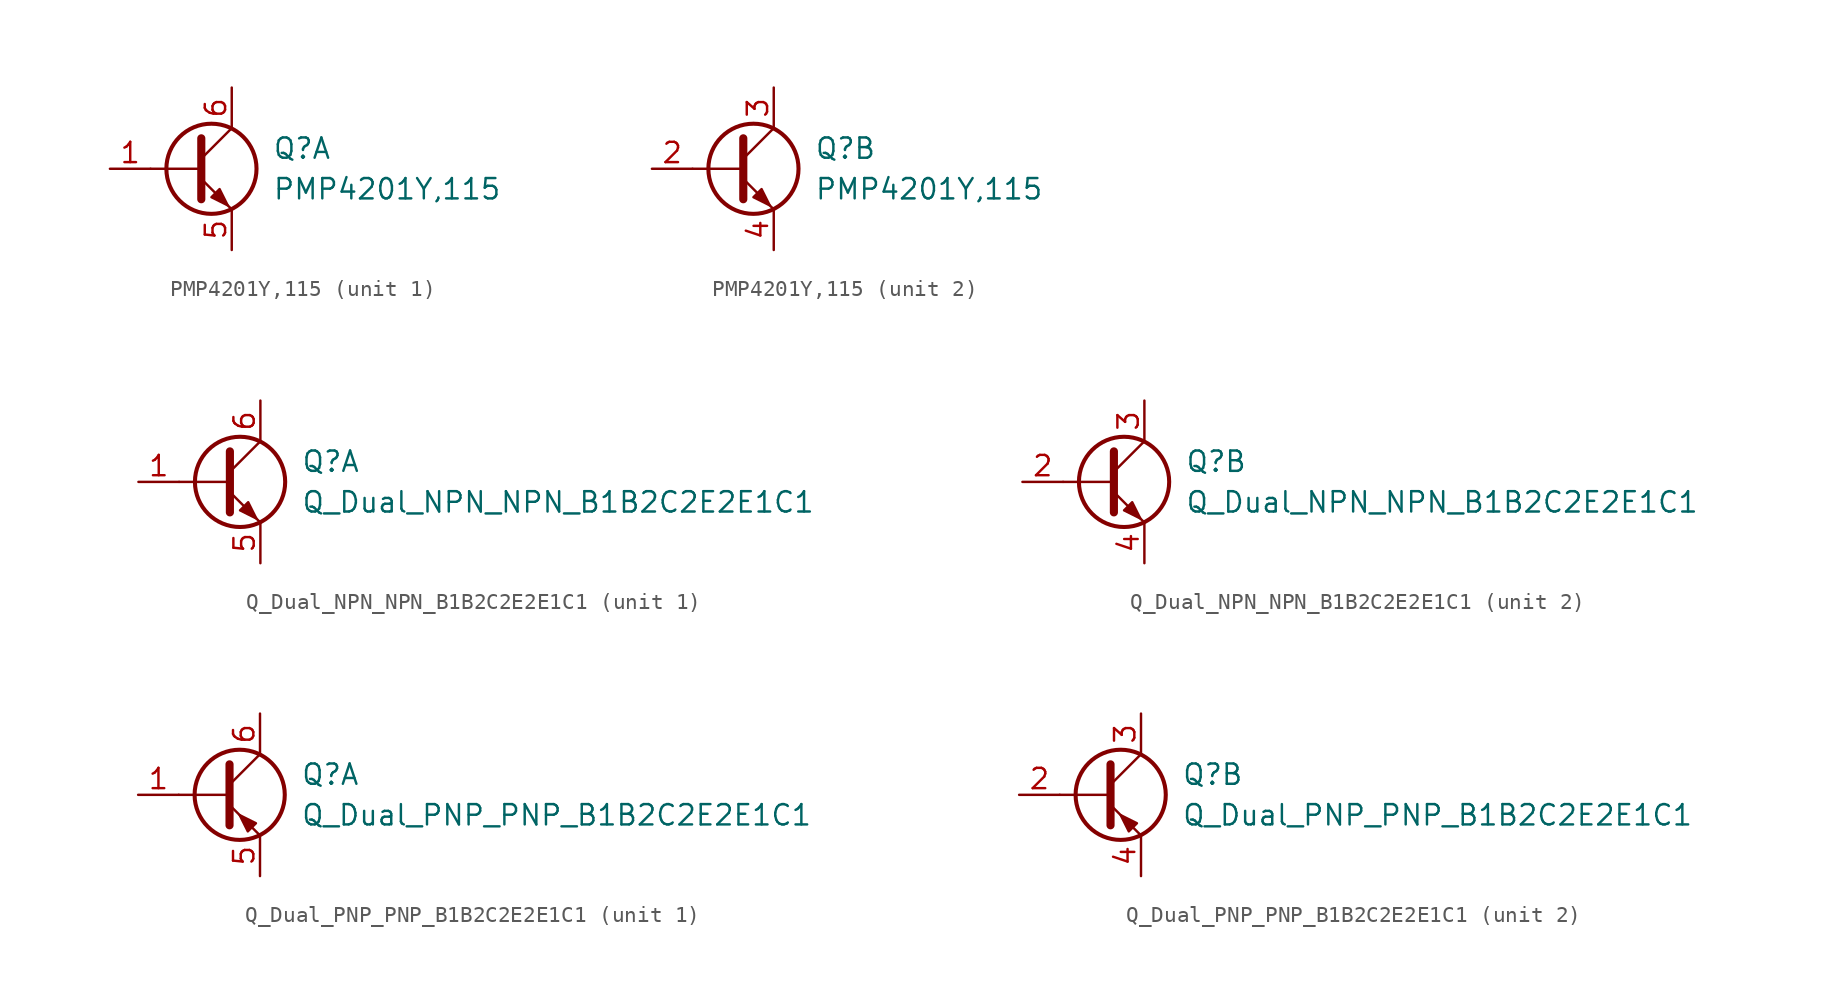
<source format=kicad_sym>
(kicad_symbol_lib
  (version 20211014)
  (generator kicad_symbol_editor)
  (symbol "PMP4201Y,115"
    (pin_names
      (offset 0) hide)
    (property "Reference" "Q"
      (at 5.08 1.27 0)
      (effects (font (size 1.27 1.27)) (justify left)))
    (property "Value" "PMP4201Y,115"
      (at 5.08 -1.27 0)
      (effects (font (size 1.27 1.27)) (justify left)))
    (symbol "PMP4201Y,115_0_1"
      (polyline (pts (xy 0.635 0) (xy -2.54 0)) (stroke (width 0) (type default) (color 0 0 0 0)) (fill (type none)))
      (polyline (pts (xy 0.635 0.635) (xy 2.54 2.54)) (stroke (width 0) (type default) (color 0 0 0 0)) (fill (type none)))
      (polyline (pts (xy 0.635 -0.635) (xy 2.54 -2.54) (xy 2.54 -2.54)) (stroke (width 0) (type default) (color 0 0 0 0)) (fill (type none)))
      (polyline (pts (xy 0.635 1.905) (xy 0.635 -1.905) (xy 0.635 -1.905)) (stroke (width 0.508) (type default) (color 0 0 0 0)) (fill (type none)))
      (polyline (pts (xy 1.27 -1.778) (xy 1.778 -1.27) (xy 2.286 -2.286) (xy 1.27 -1.778) (xy 1.27 -1.778)) (stroke (width 0) (type default) (color 0 0 0 0)) (fill (type outline)))
      (circle (center 1.27 0) (radius 2.819) (stroke (width 0.254) (type default) (color 0 0 0 0)) (fill (type none))))
    (symbol "PMP4201Y,115_1_1"
      (pin input line (at -5.08 0 0) (length 2.54) (name "B1" (effects (font (size 1.27 1.27)))) (number "1" (effects (font (size 1.27 1.27)))))
      (pin passive line (at 2.54 -5.08 90) (length 2.54) (name "E1" (effects (font (size 1.27 1.27)))) (number "5" (effects (font (size 1.27 1.27)))))
      (pin passive line (at 2.54 5.08 270) (length 2.54) (name "C1" (effects (font (size 1.27 1.27)))) (number "6" (effects (font (size 1.27 1.27))))))
    (symbol "PMP4201Y,115_2_1"
      (pin input line (at -5.08 0 0) (length 2.54) (name "B2" (effects (font (size 1.27 1.27)))) (number "2" (effects (font (size 1.27 1.27)))))
      (pin passive line (at 2.54 5.08 270) (length 2.54) (name "C2" (effects (font (size 1.27 1.27)))) (number "3" (effects (font (size 1.27 1.27)))))
      (pin passive line (at 2.54 -5.08 90) (length 2.54) (name "E2" (effects (font (size 1.27 1.27)))) (number "4" (effects (font (size 1.27 1.27)))))))
  (symbol "Q_Dual_NPN_NPN_B1B2C2E2E1C1"
    (pin_names
      (offset 0) hide)
    (property "Reference" "Q"
      (at 5.08 1.27 0)
      (effects (font (size 1.27 1.27)) (justify left)))
    (property "Value" "Q_Dual_NPN_NPN_B1B2C2E2E1C1"
      (at 5.08 -1.27 0)
      (effects (font (size 1.27 1.27)) (justify left)))
    (symbol "Q_Dual_NPN_NPN_B1B2C2E2E1C1_0_1"
      (polyline (pts (xy 0.635 0) (xy -2.54 0)) (stroke (width 0) (type default) (color 0 0 0 0)) (fill (type none)))
      (polyline (pts (xy 0.635 0.635) (xy 2.54 2.54)) (stroke (width 0) (type default) (color 0 0 0 0)) (fill (type none)))
      (polyline (pts (xy 0.635 -0.635) (xy 2.54 -2.54) (xy 2.54 -2.54)) (stroke (width 0) (type default) (color 0 0 0 0)) (fill (type none)))
      (polyline (pts (xy 0.635 1.905) (xy 0.635 -1.905) (xy 0.635 -1.905)) (stroke (width 0.508) (type default) (color 0 0 0 0)) (fill (type none)))
      (polyline (pts (xy 1.27 -1.778) (xy 1.778 -1.27) (xy 2.286 -2.286) (xy 1.27 -1.778) (xy 1.27 -1.778)) (stroke (width 0) (type default) (color 0 0 0 0)) (fill (type outline)))
      (circle (center 1.27 0) (radius 2.819) (stroke (width 0.254) (type default) (color 0 0 0 0)) (fill (type none))))
    (symbol "Q_Dual_NPN_NPN_B1B2C2E2E1C1_1_1"
      (pin input line (at -5.08 0 0) (length 2.54) (name "B1" (effects (font (size 1.27 1.27)))) (number "1" (effects (font (size 1.27 1.27)))))
      (pin passive line (at 2.54 -5.08 90) (length 2.54) (name "E1" (effects (font (size 1.27 1.27)))) (number "5" (effects (font (size 1.27 1.27)))))
      (pin passive line (at 2.54 5.08 270) (length 2.54) (name "C1" (effects (font (size 1.27 1.27)))) (number "6" (effects (font (size 1.27 1.27))))))
    (symbol "Q_Dual_NPN_NPN_B1B2C2E2E1C1_2_1"
      (pin input line (at -5.08 0 0) (length 2.54) (name "B2" (effects (font (size 1.27 1.27)))) (number "2" (effects (font (size 1.27 1.27)))))
      (pin passive line (at 2.54 5.08 270) (length 2.54) (name "C2" (effects (font (size 1.27 1.27)))) (number "3" (effects (font (size 1.27 1.27)))))
      (pin passive line (at 2.54 -5.08 90) (length 2.54) (name "E2" (effects (font (size 1.27 1.27)))) (number "4" (effects (font (size 1.27 1.27)))))))
  (symbol "Q_Dual_PNP_PNP_B1B2C2E2E1C1"
    (pin_names
      (offset 0) hide)
    (property "Reference" "Q"
      (at 5.08 1.27 0)
      (effects (font (size 1.27 1.27)) (justify left)))
    (property "Value" "Q_Dual_PNP_PNP_B1B2C2E2E1C1"
      (at 5.08 -1.27 0)
      (effects (font (size 1.27 1.27)) (justify left)))
    (property "ki_locked" ""
      (at 0 0 0)
      (effects (font (size 1.27 1.27))))
    (symbol "Q_Dual_PNP_PNP_B1B2C2E2E1C1_0_1"
      (polyline (pts (xy 0.635 0) (xy -2.54 0)) (stroke (width 0) (type default) (color 0 0 0 0)) (fill (type none)))
      (polyline (pts (xy 0.635 0.635) (xy 2.54 2.54)) (stroke (width 0) (type default) (color 0 0 0 0)) (fill (type none)))
      (polyline (pts (xy 0.635 -0.635) (xy 2.54 -2.54) (xy 2.54 -2.54)) (stroke (width 0) (type default) (color 0 0 0 0)) (fill (type none)))
      (polyline (pts (xy 0.635 1.905) (xy 0.635 -1.905) (xy 0.635 -1.905)) (stroke (width 0.508) (type default) (color 0 0 0 0)) (fill (type none)))
      (polyline (pts (xy 2.286 -1.778) (xy 1.778 -2.286) (xy 1.27 -1.27) (xy 2.286 -1.778) (xy 2.286 -1.778)) (stroke (width 0) (type default) (color 0 0 0 0)) (fill (type outline)))
      (circle (center 1.27 0) (radius 2.819) (stroke (width 0.254) (type default) (color 0 0 0 0)) (fill (type none))))
    (symbol "Q_Dual_PNP_PNP_B1B2C2E2E1C1_1_1"
      (pin input line (at -5.08 0 0) (length 2.54) (name "B1" (effects (font (size 1.27 1.27)))) (number "1" (effects (font (size 1.27 1.27)))))
      (pin passive line (at 2.54 -5.08 90) (length 2.54) (name "E1" (effects (font (size 1.27 1.27)))) (number "5" (effects (font (size 1.27 1.27)))))
      (pin passive line (at 2.54 5.08 270) (length 2.54) (name "C1" (effects (font (size 1.27 1.27)))) (number "6" (effects (font (size 1.27 1.27))))))
    (symbol "Q_Dual_PNP_PNP_B1B2C2E2E1C1_2_1"
      (pin input line (at -5.08 0 0) (length 2.54) (name "B2" (effects (font (size 1.27 1.27)))) (number "2" (effects (font (size 1.27 1.27)))))
      (pin passive line (at 2.54 5.08 270) (length 2.54) (name "C2" (effects (font (size 1.27 1.27)))) (number "3" (effects (font (size 1.27 1.27)))))
      (pin passive line (at 2.54 -5.08 90) (length 2.54) (name "E2" (effects (font (size 1.27 1.27)))) (number "4" (effects (font (size 1.27 1.27))))))))
</source>
